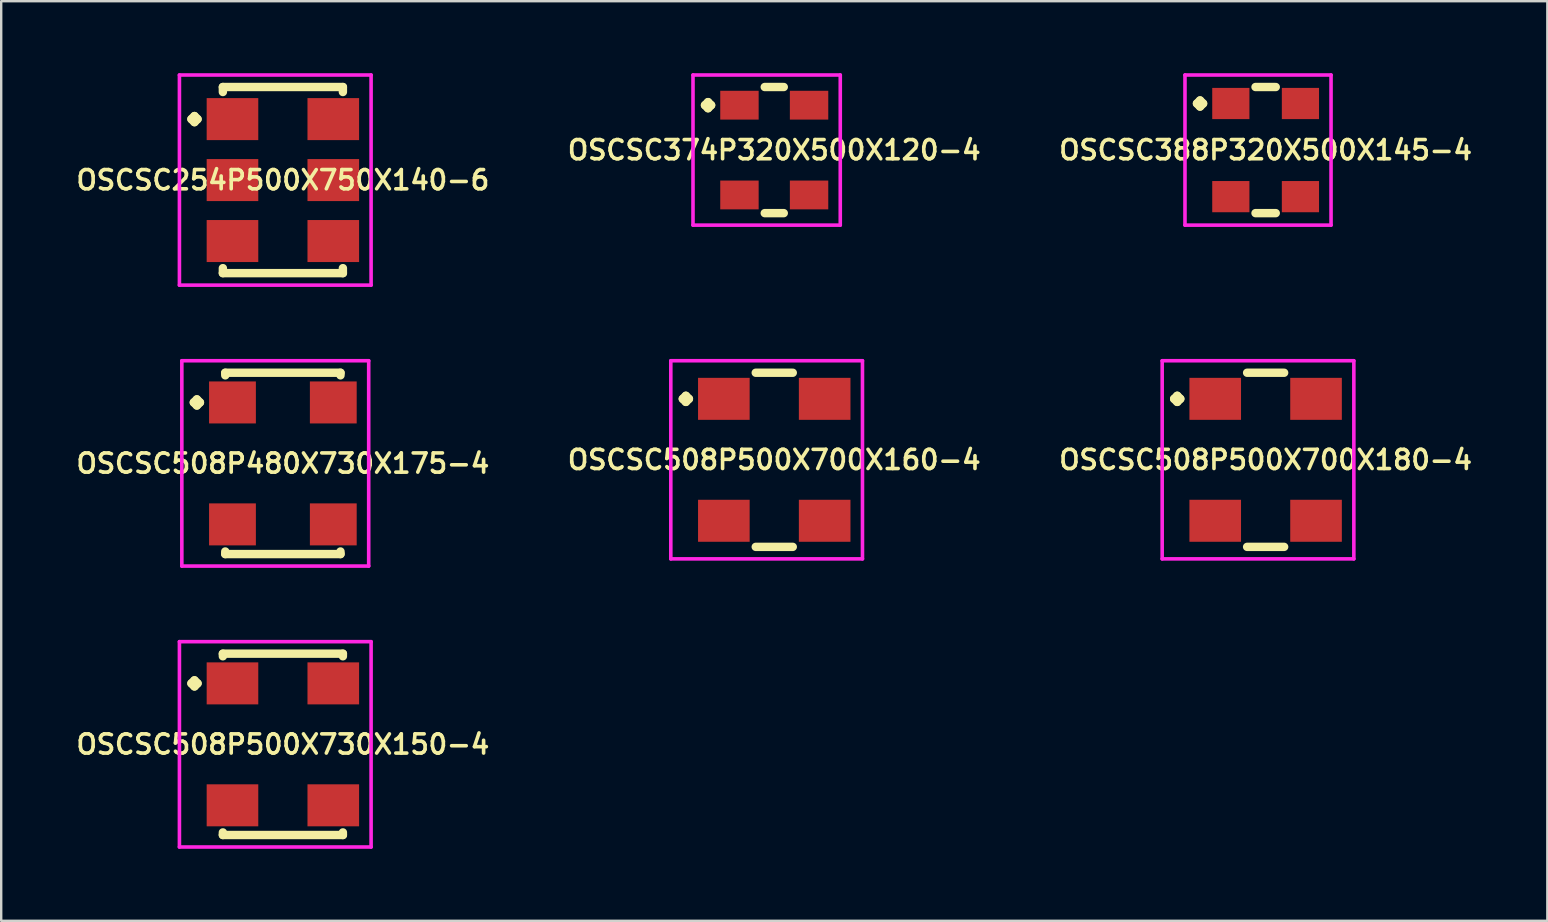
<source format=kicad_pcb>
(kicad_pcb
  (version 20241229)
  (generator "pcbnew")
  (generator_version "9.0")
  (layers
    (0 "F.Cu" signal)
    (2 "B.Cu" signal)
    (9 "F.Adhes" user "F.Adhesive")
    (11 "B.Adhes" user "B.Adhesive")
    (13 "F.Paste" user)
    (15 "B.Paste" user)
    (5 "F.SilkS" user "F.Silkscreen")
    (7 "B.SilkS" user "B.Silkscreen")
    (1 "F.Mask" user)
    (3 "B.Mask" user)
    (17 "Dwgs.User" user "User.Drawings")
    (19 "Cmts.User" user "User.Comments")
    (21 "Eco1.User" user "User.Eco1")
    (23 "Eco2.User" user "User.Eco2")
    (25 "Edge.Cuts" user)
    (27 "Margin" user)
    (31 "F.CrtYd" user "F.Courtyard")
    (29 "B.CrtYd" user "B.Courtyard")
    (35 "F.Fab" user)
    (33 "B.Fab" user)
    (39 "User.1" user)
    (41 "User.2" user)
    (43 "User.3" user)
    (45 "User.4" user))
  (footprint "OSCSC508P500X700X180-4"
    (layer "F.Cu")
    (at 49.677 16.106)
    (property "Reference" "OSCSC508P500X700X180-4" (at 0 0 0) (layer "F.SilkS") (effects (font (size 0.8 0.8) (thickness 0.15))))
    (attr smd)
    (fp_line (start -3.81 -2.54) (end -3.683 -2.667) (stroke (width 0.35) (type solid)) (layer "F.SilkS"))
    (fp_line (start -3.683 -2.667) (end -3.556 -2.54) (stroke (width 0.35) (type solid)) (layer "F.SilkS"))
    (fp_line (start -3.683 -2.413) (end -3.81 -2.54) (stroke (width 0.35) (type solid)) (layer "F.SilkS"))
    (fp_line (start -3.556 -2.54) (end -3.683 -2.413) (stroke (width 0.35) (type solid)) (layer "F.SilkS"))
    (fp_line (start -0.771 -3.627) (end 0.771 -3.627) (stroke (width 0.35) (type solid)) (layer "F.SilkS"))
    (fp_line (start -0.771 3.627) (end 0.771 3.627) (stroke (width 0.35) (type solid)) (layer "F.SilkS"))
    (fp_line (start -4.31 -4.127) (end 3.675 -4.127) (stroke (width 0.15) (type solid)) (layer "F.CrtYd"))
    (fp_line (start -4.31 4.127) (end -4.31 -4.127) (stroke (width 0.15) (type solid)) (layer "F.CrtYd"))
    (fp_line (start 3.675 -4.127) (end 3.675 4.127) (stroke (width 0.15) (type solid)) (layer "F.CrtYd"))
    (fp_line (start 3.675 4.127) (end -4.31 4.127) (stroke (width 0.15) (type solid)) (layer "F.CrtYd"))
    (pad "1" smd rect (at -2.1 -2.54) (size 2.15 1.75) (layers "F.Cu" "F.Mask" "F.Paste"))
    (pad "2" smd rect (at -2.1 2.54) (size 2.15 1.75) (layers "F.Cu" "F.Mask" "F.Paste"))
    (pad "3" smd rect (at 2.1 2.54) (size 2.15 1.75) (layers "F.Cu" "F.Mask" "F.Paste"))
    (pad "4" smd rect (at 2.1 -2.54) (size 2.15 1.75) (layers "F.Cu" "F.Mask" "F.Paste")))
  (footprint "OSCSC508P500X730X150-4"
    (layer "F.Cu")
    (at 8.735 27.96)
    (property "Reference" "OSCSC508P500X730X150-4" (at 0 0 0) (layer "F.SilkS") (effects (font (size 0.8 0.8) (thickness 0.15))))
    (attr smd)
    (fp_line (start -3.81 -2.54) (end -3.683 -2.667) (stroke (width 0.35) (type solid)) (layer "F.SilkS"))
    (fp_line (start -3.683 -2.667) (end -3.556 -2.54) (stroke (width 0.35) (type solid)) (layer "F.SilkS"))
    (fp_line (start -3.683 -2.413) (end -3.81 -2.54) (stroke (width 0.35) (type solid)) (layer "F.SilkS"))
    (fp_line (start -3.556 -2.54) (end -3.683 -2.413) (stroke (width 0.35) (type solid)) (layer "F.SilkS"))
    (fp_line (start -2.5 -3.777) (end 2.5 -3.777) (stroke (width 0.35) (type solid)) (layer "F.SilkS"))
    (fp_line (start -2.5 -3.669) (end -2.5 -3.777) (stroke (width 0.35) (type solid)) (layer "F.SilkS"))
    (fp_line (start -2.5 3.669) (end -2.5 3.777) (stroke (width 0.35) (type solid)) (layer "F.SilkS"))
    (fp_line (start -2.5 3.777) (end 2.5 3.777) (stroke (width 0.35) (type solid)) (layer "F.SilkS"))
    (fp_line (start 2.5 -3.777) (end 2.5 -3.669) (stroke (width 0.35) (type solid)) (layer "F.SilkS"))
    (fp_line (start 2.5 3.777) (end 2.5 3.669) (stroke (width 0.35) (type solid)) (layer "F.SilkS"))
    (fp_line (start -4.31 -4.277) (end 3.675 -4.277) (stroke (width 0.15) (type solid)) (layer "F.CrtYd"))
    (fp_line (start -4.31 4.277) (end -4.31 -4.277) (stroke (width 0.15) (type solid)) (layer "F.CrtYd"))
    (fp_line (start 3.675 -4.277) (end 3.675 4.277) (stroke (width 0.15) (type solid)) (layer "F.CrtYd"))
    (fp_line (start 3.675 4.277) (end -4.31 4.277) (stroke (width 0.15) (type solid)) (layer "F.CrtYd"))
    (pad "1" smd rect (at -2.1 -2.54) (size 2.15 1.75) (layers "F.Cu" "F.Mask" "F.Paste"))
    (pad "2" smd rect (at -2.1 2.54) (size 2.15 1.75) (layers "F.Cu" "F.Mask" "F.Paste"))
    (pad "3" smd rect (at 2.1 2.54) (size 2.15 1.75) (layers "F.Cu" "F.Mask" "F.Paste"))
    (pad "4" smd rect (at 2.1 -2.54) (size 2.15 1.75) (layers "F.Cu" "F.Mask" "F.Paste")))
  (footprint "OSCSC388P320X500X145-4"
    (layer "F.Cu")
    (at 49.677 3.202)
    (property "Reference" "OSCSC388P320X500X145-4" (at 0 0 0) (layer "F.SilkS") (effects (font (size 0.8 0.8) (thickness 0.15))))
    (attr smd)
    (fp_line (start -2.86 -1.94) (end -2.733 -2.067) (stroke (width 0.35) (type solid)) (layer "F.SilkS"))
    (fp_line (start -2.733 -2.067) (end -2.606 -1.94) (stroke (width 0.35) (type solid)) (layer "F.SilkS"))
    (fp_line (start -2.733 -1.813) (end -2.86 -1.94) (stroke (width 0.35) (type solid)) (layer "F.SilkS"))
    (fp_line (start -2.606 -1.94) (end -2.733 -1.813) (stroke (width 0.35) (type solid)) (layer "F.SilkS"))
    (fp_line (start -0.421 -2.627) (end 0.421 -2.627) (stroke (width 0.35) (type solid)) (layer "F.SilkS"))
    (fp_line (start -0.421 2.627) (end 0.421 2.627) (stroke (width 0.35) (type solid)) (layer "F.SilkS"))
    (fp_line (start -3.36 -3.127) (end 2.725 -3.127) (stroke (width 0.15) (type solid)) (layer "F.CrtYd"))
    (fp_line (start -3.36 3.127) (end -3.36 -3.127) (stroke (width 0.15) (type solid)) (layer "F.CrtYd"))
    (fp_line (start 2.725 -3.127) (end 2.725 3.127) (stroke (width 0.15) (type solid)) (layer "F.CrtYd"))
    (fp_line (start 2.725 3.127) (end -3.36 3.127) (stroke (width 0.15) (type solid)) (layer "F.CrtYd"))
    (pad "1" smd rect (at -1.45 -1.94) (size 1.55 1.3) (layers "F.Cu" "F.Mask" "F.Paste"))
    (pad "2" smd rect (at -1.45 1.94) (size 1.55 1.3) (layers "F.Cu" "F.Mask" "F.Paste"))
    (pad "3" smd rect (at 1.45 1.94) (size 1.55 1.3) (layers "F.Cu" "F.Mask" "F.Paste"))
    (pad "4" smd rect (at 1.45 -1.94) (size 1.55 1.3) (layers "F.Cu" "F.Mask" "F.Paste")))
  (footprint "OSCSC508P480X730X175-4"
    (layer "F.Cu")
    (at 8.735 16.256)
    (property "Reference" "OSCSC508P480X730X175-4" (at 0 0 0) (layer "F.SilkS") (effects (font (size 0.8 0.8) (thickness 0.15))))
    (attr smd)
    (fp_line (start -3.71 -2.54) (end -3.583 -2.667) (stroke (width 0.35) (type solid)) (layer "F.SilkS"))
    (fp_line (start -3.583 -2.667) (end -3.456 -2.54) (stroke (width 0.35) (type solid)) (layer "F.SilkS"))
    (fp_line (start -3.583 -2.413) (end -3.71 -2.54) (stroke (width 0.35) (type solid)) (layer "F.SilkS"))
    (fp_line (start -3.456 -2.54) (end -3.583 -2.413) (stroke (width 0.35) (type solid)) (layer "F.SilkS"))
    (fp_line (start -2.4 -3.777) (end 2.4 -3.777) (stroke (width 0.35) (type solid)) (layer "F.SilkS"))
    (fp_line (start -2.4 -3.669) (end -2.4 -3.777) (stroke (width 0.35) (type solid)) (layer "F.SilkS"))
    (fp_line (start -2.4 3.669) (end -2.4 3.777) (stroke (width 0.35) (type solid)) (layer "F.SilkS"))
    (fp_line (start -2.4 3.777) (end 2.4 3.777) (stroke (width 0.35) (type solid)) (layer "F.SilkS"))
    (fp_line (start 2.4 -3.777) (end 2.4 -3.669) (stroke (width 0.35) (type solid)) (layer "F.SilkS"))
    (fp_line (start 2.4 3.777) (end 2.4 3.669) (stroke (width 0.35) (type solid)) (layer "F.SilkS"))
    (fp_line (start -4.21 -4.277) (end 3.575 -4.277) (stroke (width 0.15) (type solid)) (layer "F.CrtYd"))
    (fp_line (start -4.21 4.277) (end -4.21 -4.277) (stroke (width 0.15) (type solid)) (layer "F.CrtYd"))
    (fp_line (start 3.575 -4.277) (end 3.575 4.277) (stroke (width 0.15) (type solid)) (layer "F.CrtYd"))
    (fp_line (start 3.575 4.277) (end -4.21 4.277) (stroke (width 0.15) (type solid)) (layer "F.CrtYd"))
    (pad "1" smd rect (at -2.1 -2.54) (size 1.95 1.75) (layers "F.Cu" "F.Mask" "F.Paste"))
    (pad "2" smd rect (at -2.1 2.54) (size 1.95 1.75) (layers "F.Cu" "F.Mask" "F.Paste"))
    (pad "3" smd rect (at 2.1 2.54) (size 1.95 1.75) (layers "F.Cu" "F.Mask" "F.Paste"))
    (pad "4" smd rect (at 2.1 -2.54) (size 1.95 1.75) (layers "F.Cu" "F.Mask" "F.Paste")))
  (footprint "OSCSC508P500X700X160-4"
    (layer "F.Cu")
    (at 29.206 16.106)
    (property "Reference" "OSCSC508P500X700X160-4" (at 0 0 0) (layer "F.SilkS") (effects (font (size 0.8 0.8) (thickness 0.15))))
    (attr smd)
    (fp_line (start -3.81 -2.54) (end -3.683 -2.667) (stroke (width 0.35) (type solid)) (layer "F.SilkS"))
    (fp_line (start -3.683 -2.667) (end -3.556 -2.54) (stroke (width 0.35) (type solid)) (layer "F.SilkS"))
    (fp_line (start -3.683 -2.413) (end -3.81 -2.54) (stroke (width 0.35) (type solid)) (layer "F.SilkS"))
    (fp_line (start -3.556 -2.54) (end -3.683 -2.413) (stroke (width 0.35) (type solid)) (layer "F.SilkS"))
    (fp_line (start -0.771 -3.627) (end 0.771 -3.627) (stroke (width 0.35) (type solid)) (layer "F.SilkS"))
    (fp_line (start -0.771 3.627) (end 0.771 3.627) (stroke (width 0.35) (type solid)) (layer "F.SilkS"))
    (fp_line (start -4.31 -4.127) (end 3.675 -4.127) (stroke (width 0.15) (type solid)) (layer "F.CrtYd"))
    (fp_line (start -4.31 4.127) (end -4.31 -4.127) (stroke (width 0.15) (type solid)) (layer "F.CrtYd"))
    (fp_line (start 3.675 -4.127) (end 3.675 4.127) (stroke (width 0.15) (type solid)) (layer "F.CrtYd"))
    (fp_line (start 3.675 4.127) (end -4.31 4.127) (stroke (width 0.15) (type solid)) (layer "F.CrtYd"))
    (pad "1" smd rect (at -2.1 -2.54) (size 2.15 1.75) (layers "F.Cu" "F.Mask" "F.Paste"))
    (pad "2" smd rect (at -2.1 2.54) (size 2.15 1.75) (layers "F.Cu" "F.Mask" "F.Paste"))
    (pad "3" smd rect (at 2.1 2.54) (size 2.15 1.75) (layers "F.Cu" "F.Mask" "F.Paste"))
    (pad "4" smd rect (at 2.1 -2.54) (size 2.15 1.75) (layers "F.Cu" "F.Mask" "F.Paste")))
  (footprint "OSCSC374P320X500X120-4"
    (layer "F.Cu")
    (at 29.206 3.202)
    (property "Reference" "OSCSC374P320X500X120-4" (at 0 0 0) (layer "F.SilkS") (effects (font (size 0.8 0.8) (thickness 0.15))))
    (attr smd)
    (fp_line (start -2.885 -1.87) (end -2.758 -1.997) (stroke (width 0.35) (type solid)) (layer "F.SilkS"))
    (fp_line (start -2.758 -1.997) (end -2.631 -1.87) (stroke (width 0.35) (type solid)) (layer "F.SilkS"))
    (fp_line (start -2.758 -1.743) (end -2.885 -1.87) (stroke (width 0.35) (type solid)) (layer "F.SilkS"))
    (fp_line (start -2.631 -1.87) (end -2.758 -1.743) (stroke (width 0.35) (type solid)) (layer "F.SilkS"))
    (fp_line (start -0.396 -2.627) (end 0.396 -2.627) (stroke (width 0.35) (type solid)) (layer "F.SilkS"))
    (fp_line (start -0.396 2.627) (end 0.396 2.627) (stroke (width 0.35) (type solid)) (layer "F.SilkS"))
    (fp_line (start -3.385 -3.127) (end 2.75 -3.127) (stroke (width 0.15) (type solid)) (layer "F.CrtYd"))
    (fp_line (start -3.385 3.127) (end -3.385 -3.127) (stroke (width 0.15) (type solid)) (layer "F.CrtYd"))
    (fp_line (start 2.75 -3.127) (end 2.75 3.127) (stroke (width 0.15) (type solid)) (layer "F.CrtYd"))
    (fp_line (start 2.75 3.127) (end -3.385 3.127) (stroke (width 0.15) (type solid)) (layer "F.CrtYd"))
    (pad "1" smd rect (at -1.45 -1.87) (size 1.6 1.2) (layers "F.Cu" "F.Mask" "F.Paste"))
    (pad "2" smd rect (at -1.45 1.87) (size 1.6 1.2) (layers "F.Cu" "F.Mask" "F.Paste"))
    (pad "3" smd rect (at 1.45 1.87) (size 1.6 1.2) (layers "F.Cu" "F.Mask" "F.Paste"))
    (pad "4" smd rect (at 1.45 -1.87) (size 1.6 1.2) (layers "F.Cu" "F.Mask" "F.Paste")))
  (footprint "OSCSC254P500X750X140-6"
    (layer "F.Cu")
    (at 8.735 4.452)
    (property "Reference" "OSCSC254P500X750X140-6" (at 0 0 0) (layer "F.SilkS") (effects (font (size 0.8 0.8) (thickness 0.15))))
    (attr smd)
    (fp_line (start -3.81 -2.54) (end -3.683 -2.667) (stroke (width 0.35) (type solid)) (layer "F.SilkS"))
    (fp_line (start -3.683 -2.667) (end -3.556 -2.54) (stroke (width 0.35) (type solid)) (layer "F.SilkS"))
    (fp_line (start -3.683 -2.413) (end -3.81 -2.54) (stroke (width 0.35) (type solid)) (layer "F.SilkS"))
    (fp_line (start -3.556 -2.54) (end -3.683 -2.413) (stroke (width 0.35) (type solid)) (layer "F.SilkS"))
    (fp_line (start -2.5 -3.877) (end 2.5 -3.877) (stroke (width 0.35) (type solid)) (layer "F.SilkS"))
    (fp_line (start -2.5 -3.669) (end -2.5 -3.877) (stroke (width 0.35) (type solid)) (layer "F.SilkS"))
    (fp_line (start -2.5 3.669) (end -2.5 3.877) (stroke (width 0.35) (type solid)) (layer "F.SilkS"))
    (fp_line (start -2.5 3.877) (end 2.5 3.877) (stroke (width 0.35) (type solid)) (layer "F.SilkS"))
    (fp_line (start 2.5 -3.877) (end 2.5 -3.669) (stroke (width 0.35) (type solid)) (layer "F.SilkS"))
    (fp_line (start 2.5 3.877) (end 2.5 3.669) (stroke (width 0.35) (type solid)) (layer "F.SilkS"))
    (fp_line (start -4.31 -4.377) (end 3.675 -4.377) (stroke (width 0.15) (type solid)) (layer "F.CrtYd"))
    (fp_line (start -4.31 4.377) (end -4.31 -4.377) (stroke (width 0.15) (type solid)) (layer "F.CrtYd"))
    (fp_line (start 3.675 -4.377) (end 3.675 4.377) (stroke (width 0.15) (type solid)) (layer "F.CrtYd"))
    (fp_line (start 3.675 4.377) (end -4.31 4.377) (stroke (width 0.15) (type solid)) (layer "F.CrtYd"))
    (pad "1" smd rect (at -2.1 -2.54) (size 2.15 1.75) (layers "F.Cu" "F.Mask" "F.Paste"))
    (pad "2" smd rect (at -2.1 0) (size 2.15 1.75) (layers "F.Cu" "F.Mask" "F.Paste"))
    (pad "3" smd rect (at -2.1 2.54) (size 2.15 1.75) (layers "F.Cu" "F.Mask" "F.Paste"))
    (pad "4" smd rect (at 2.1 2.54) (size 2.15 1.75) (layers "F.Cu" "F.Mask" "F.Paste"))
    (pad "5" smd rect (at 2.1 0) (size 2.15 1.75) (layers "F.Cu" "F.Mask" "F.Paste"))
    (pad "6" smd rect (at 2.1 -2.54) (size 2.15 1.75) (layers "F.Cu" "F.Mask" "F.Paste")))
  (gr_rect
    (start -3 -3)
    (end 61.413 35.312)
    (stroke (width 0.1) (type default))
    (fill no)
    (layer "Edge.Cuts")))
</source>
